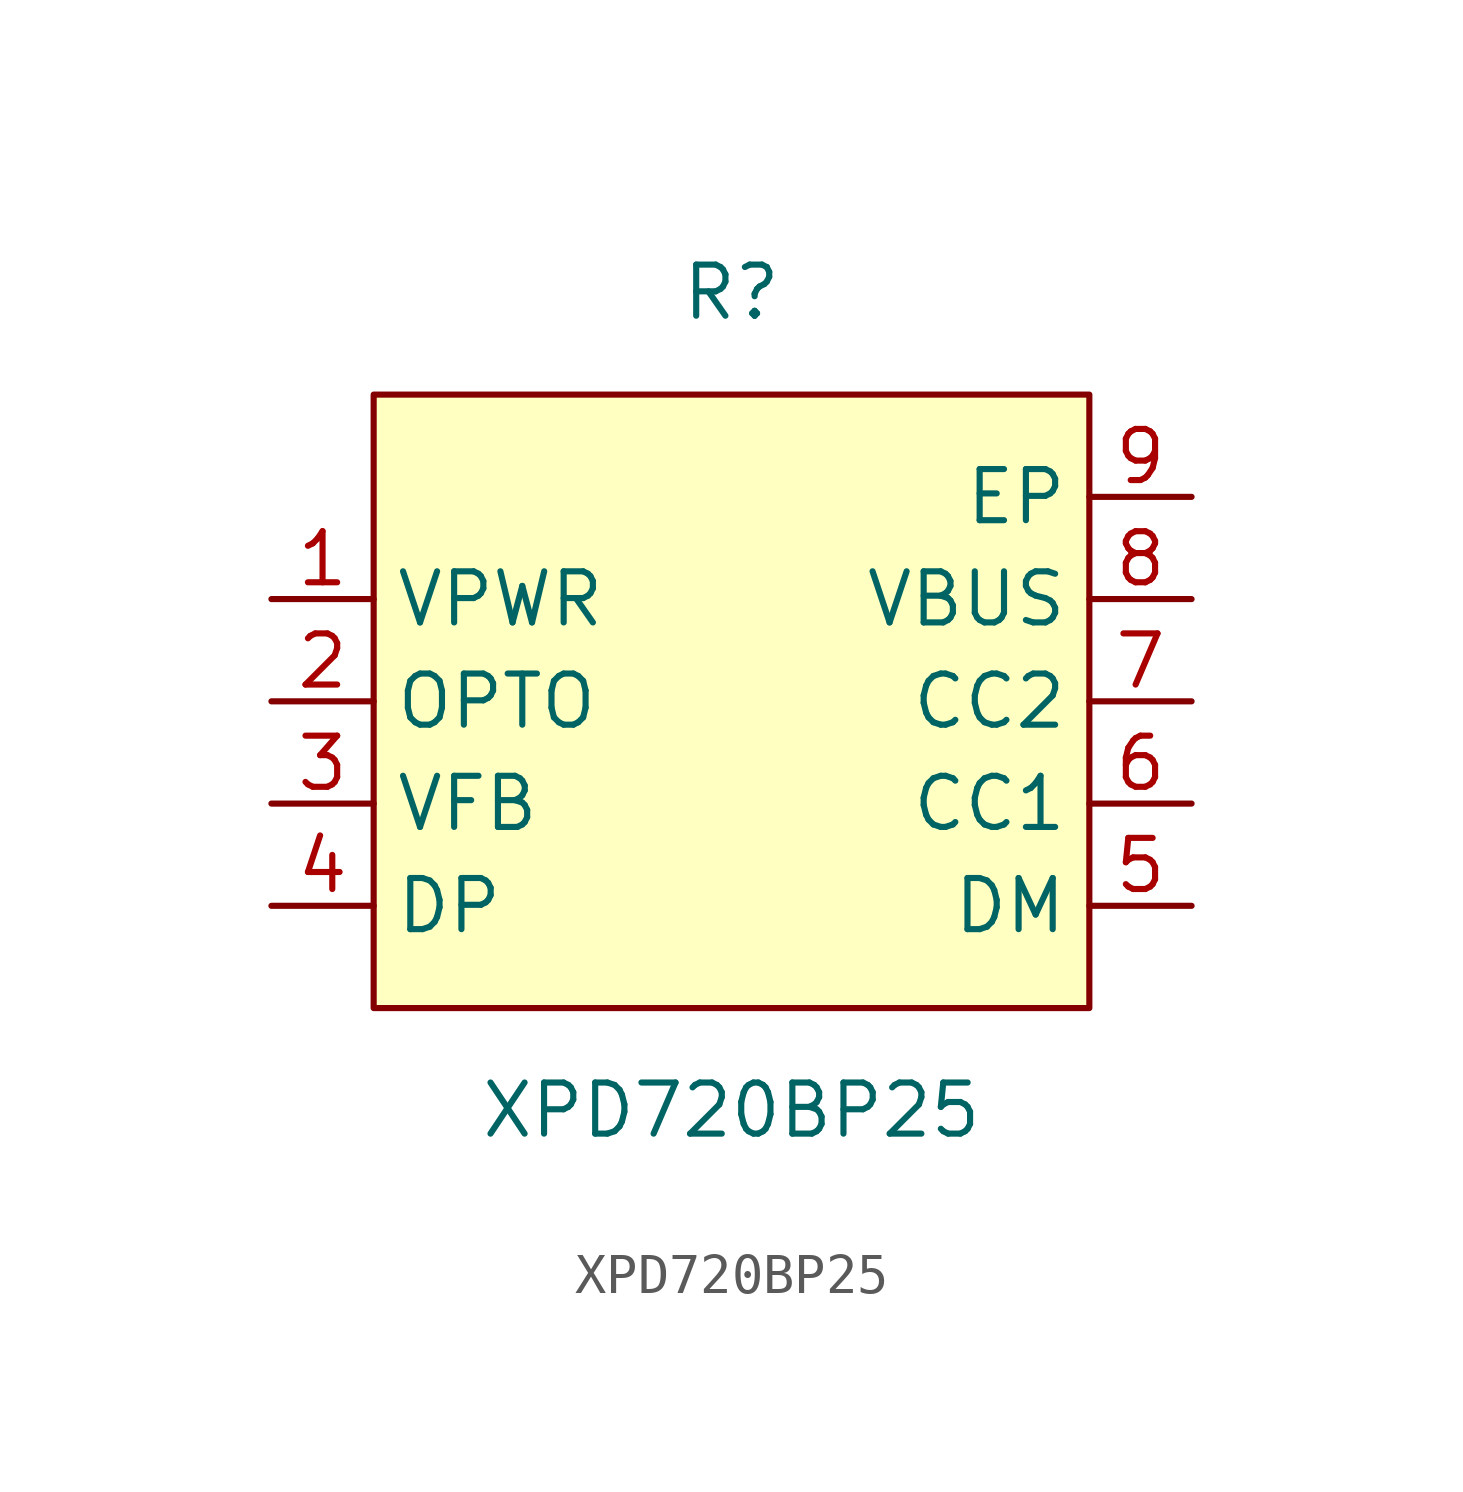
<source format=kicad_sym>
(kicad_symbol_lib
  (version 20241209)
  (generator "kicad_symbol_editor")
  (generator_version "9.0")
  (symbol "XPD720BP25"
    (property "Reference" "R"
      (at 0 10.16 0)
      (effects (font (size 1.27 1.27))))
    (property "Value" "XPD720BP25"
      (at 0 -10.16 0)
      (effects (font (size 1.27 1.27))))
    (symbol "XPD720BP25_0_1"
      (rectangle (start -8.89 7.62) (end 8.89 -7.62) (stroke (width 0) (type default)) (fill (type background)))
      (pin unspecified line (at -11.43 2.54 0) (length 2.54) (name "VPWR" (effects (font (size 1.27 1.27)))) (number "1" (effects (font (size 1.27 1.27)))))
      (pin unspecified line (at -11.43 0 0) (length 2.54) (name "OPTO" (effects (font (size 1.27 1.27)))) (number "2" (effects (font (size 1.27 1.27)))))
      (pin unspecified line (at -11.43 -2.54 0) (length 2.54) (name "VFB" (effects (font (size 1.27 1.27)))) (number "3" (effects (font (size 1.27 1.27)))))
      (pin unspecified line (at -11.43 -5.08 0) (length 2.54) (name "DP" (effects (font (size 1.27 1.27)))) (number "4" (effects (font (size 1.27 1.27)))))
      (pin unspecified line (at 11.43 5.08 180) (length 2.54) (name "EP" (effects (font (size 1.27 1.27)))) (number "9" (effects (font (size 1.27 1.27)))))
      (pin unspecified line (at 11.43 2.54 180) (length 2.54) (name "VBUS" (effects (font (size 1.27 1.27)))) (number "8" (effects (font (size 1.27 1.27)))))
      (pin unspecified line (at 11.43 0 180) (length 2.54) (name "CC2" (effects (font (size 1.27 1.27)))) (number "7" (effects (font (size 1.27 1.27)))))
      (pin unspecified line (at 11.43 -2.54 180) (length 2.54) (name "CC1" (effects (font (size 1.27 1.27)))) (number "6" (effects (font (size 1.27 1.27)))))
      (pin unspecified line (at 11.43 -5.08 180) (length 2.54) (name "DM" (effects (font (size 1.27 1.27)))) (number "5" (effects (font (size 1.27 1.27))))))))
</source>
